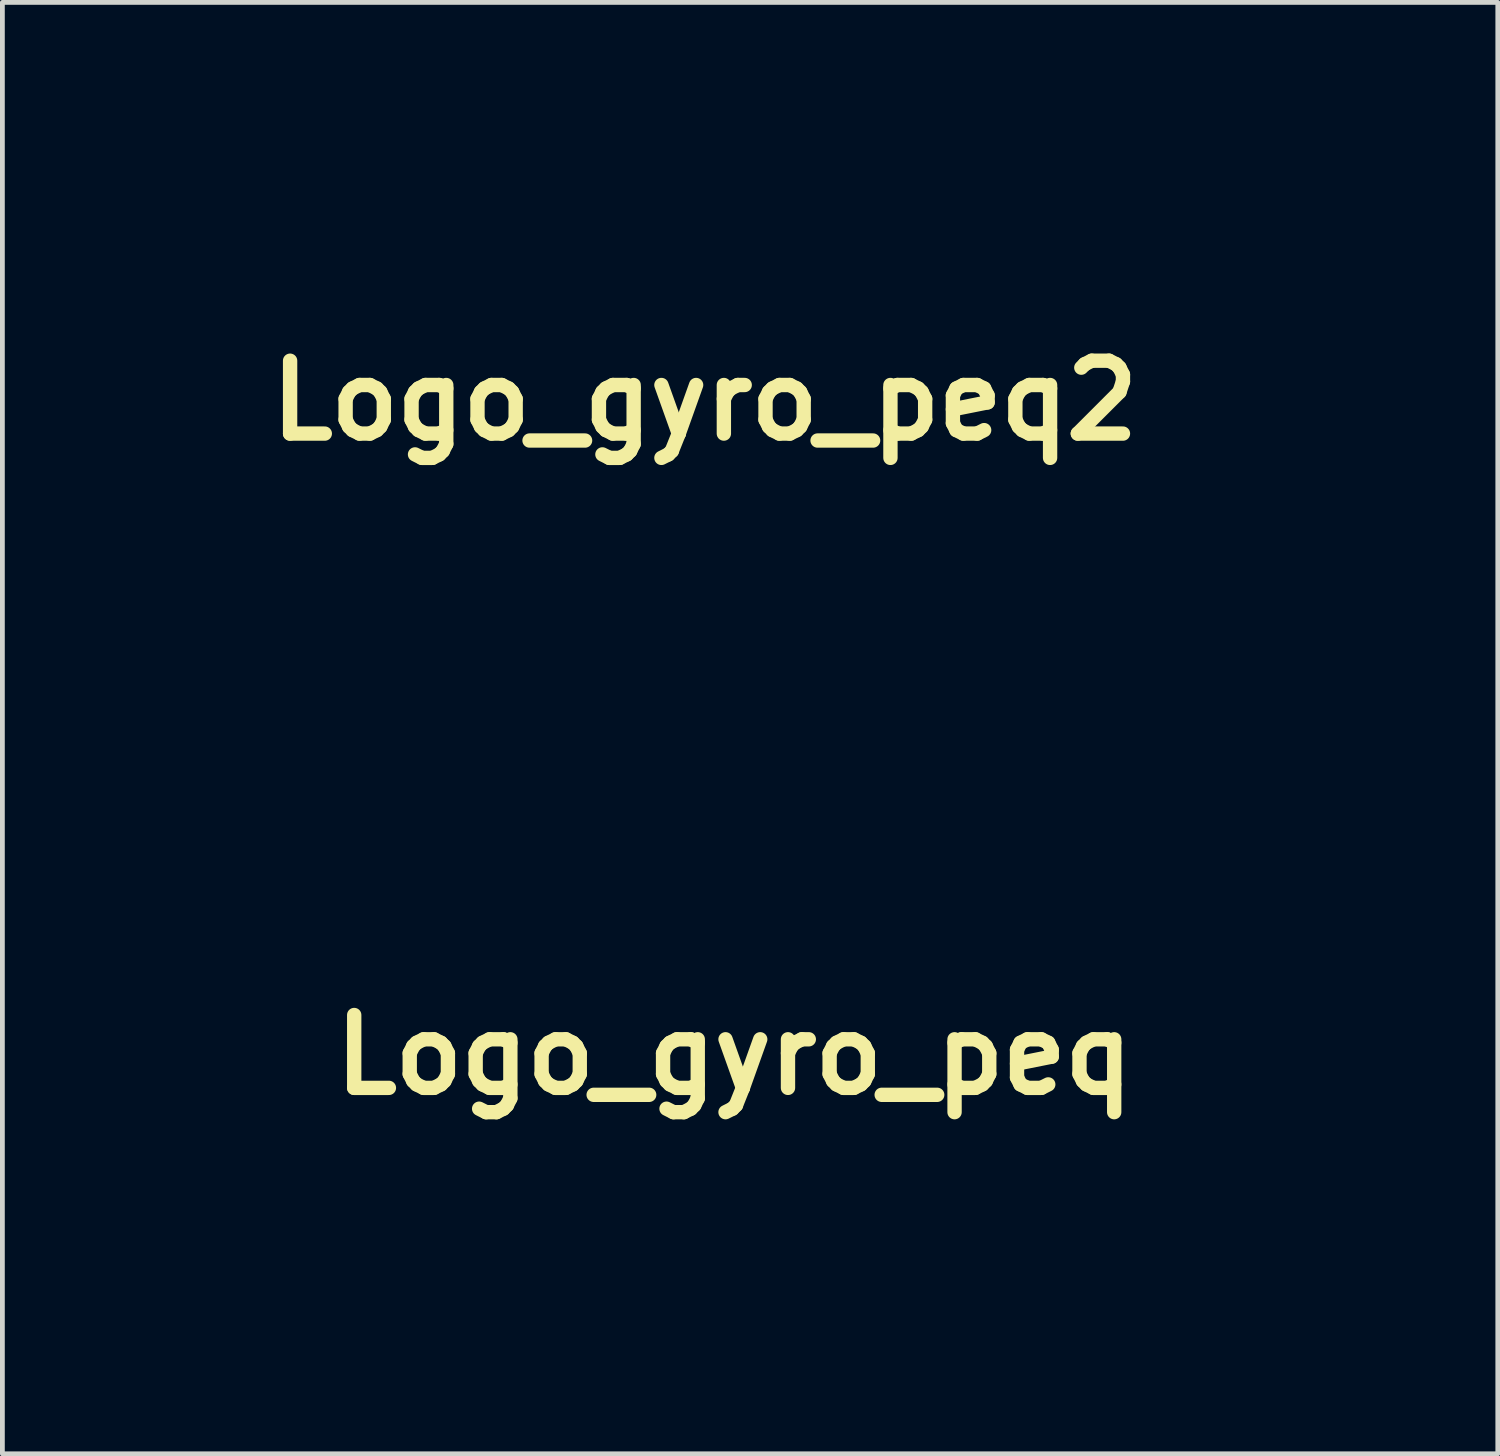
<source format=kicad_pcb>
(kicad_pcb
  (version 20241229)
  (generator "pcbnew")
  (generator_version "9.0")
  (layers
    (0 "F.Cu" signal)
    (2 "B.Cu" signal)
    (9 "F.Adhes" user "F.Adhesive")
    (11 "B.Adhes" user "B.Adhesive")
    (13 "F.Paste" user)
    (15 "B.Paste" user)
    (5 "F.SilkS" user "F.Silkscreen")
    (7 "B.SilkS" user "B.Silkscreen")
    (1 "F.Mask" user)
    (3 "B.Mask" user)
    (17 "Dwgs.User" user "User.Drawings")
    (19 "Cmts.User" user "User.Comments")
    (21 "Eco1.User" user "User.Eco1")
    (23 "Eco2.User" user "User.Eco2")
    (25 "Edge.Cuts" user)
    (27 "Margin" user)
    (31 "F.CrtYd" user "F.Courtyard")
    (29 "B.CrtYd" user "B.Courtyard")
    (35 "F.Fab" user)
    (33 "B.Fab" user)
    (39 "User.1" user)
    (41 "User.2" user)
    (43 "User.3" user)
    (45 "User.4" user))
  (footprint "Logo_gyro_peq"
    (layer "F.Cu")
    (at 12.304 19.011)
    (property "Reference" "Logo_gyro_peq" (at 0 0 0) (layer "F.SilkS") (effects (font (size 1.524 1.524) (thickness 0.3))))
    (attr through_hole)
    (fp_poly (pts (xy -5.225 0.627) (xy -4.879 0.999) (xy -4.853 1.574) (xy -5.133 2.085) (xy -5.583 2.358) (xy -5.993 2.372) (xy -6.149 2.152) (xy -5.946 1.823) (xy -5.682 1.622) (xy -5.371 1.369) (xy -5.53 1.142) (xy -5.607 1.089) (xy -5.85 0.777) (xy -5.677 0.577) (xy -5.225 0.627)) (stroke (width 0.01) (type solid)) (fill no) (layer "Eco2.User"))
    (fp_poly (pts (xy 1.719 -5.356) (xy 1.645 -4.948) (xy 1.502 -4.689) (xy 1.152 -4.027) (xy 0.997 -3.598) (xy 0.89 -3.229) (xy 0.847 -3.376) (xy 0.833 -3.588) (xy 0.634 -4.189) (xy 0.358 -4.593) (xy 0.089 -5.03) (xy 0.105 -5.274) (xy 0.384 -5.254) (xy 0.554 -5.072) (xy 0.801 -4.83) (xy 1.074 -5.025) (xy 1.168 -5.143) (xy 1.534 -5.458) (xy 1.719 -5.356)) (stroke (width 0.01) (type solid)) (fill no) (layer "Eco2.User"))
    (fp_poly (pts (xy 0.505 4.227) (xy 0.535 4.412) (xy 0.684 4.767) (xy 0.81 4.813) (xy 1.136 4.599) (xy 1.24 4.412) (xy 1.517 4.053) (xy 1.788 4.098) (xy 1.872 4.402) (xy 1.673 4.775) (xy 1.239 5.152) (xy 0.815 5.332) (xy 0.753 5.326) (xy 0.464 5.222) (xy 0.334 5.17) (xy 0.08 4.871) (xy 0.007 4.418) (xy 0.128 4.067) (xy 0.267 4.011) (xy 0.505 4.227)) (stroke (width 0.01) (type solid)) (fill no) (layer "Eco2.User"))
    (fp_poly (pts (xy 10.168 -5.474) (xy 10.28 -5.37) (xy 10.22 -5.03) (xy 9.886 -4.486) (xy 9.753 -4.319) (xy 9.074 -3.513) (xy 9.818 -3.401) (xy 10.206 -3.327) (xy 10.113 -3.281) (xy 9.558 -3.248) (xy 8.852 -3.297) (xy 8.559 -3.497) (xy 8.556 -3.525) (xy 8.725 -3.929) (xy 9.133 -4.457) (xy 9.137 -4.461) (xy 9.718 -5.08) (xy 9.121 -5.08) (xy 8.722 -5.176) (xy 8.689 -5.347) (xy 9.074 -5.559) (xy 9.665 -5.603) (xy 10.168 -5.474)) (stroke (width 0.01) (type solid)) (fill no) (layer "Eco2.User"))
    (fp_poly (pts (xy 9.839 0.261) (xy 10.014 0.368) (xy 10.514 0.953) (xy 10.653 1.679) (xy 10.415 2.287) (xy 9.84 2.618) (xy 9.122 2.622) (xy 8.609 2.353) (xy 8.309 1.722) (xy 8.345 1.471) (xy 8.865 1.471) (xy 9.046 1.91) (xy 9.466 2.099) (xy 9.555 2.089) (xy 10.001 1.78) (xy 10.11 1.533) (xy 9.988 1.083) (xy 9.575 0.854) (xy 9.106 0.957) (xy 9.037 1.016) (xy 8.865 1.471) (xy 8.345 1.471) (xy 8.412 1.001) (xy 8.878 0.42) (xy 9.392 0.155) (xy 9.839 0.261)) (stroke (width 0.01) (type solid)) (fill no) (layer "Eco2.User"))
    (fp_poly (pts (xy -7.911 -1.727) (xy -7.367 -0.958) (xy -7.231 -0.694) (xy -6.779 0.618) (xy -6.768 1.893) (xy -7.06 2.992) (xy -7.251 3.775) (xy -7.166 4.224) (xy -7.161 4.229) (xy -7.225 4.462) (xy -7.763 4.758) (xy -8.166 4.909) (xy -9.423 5.337) (xy -9.257 4.507) (xy -9.137 3.79) (xy -9.091 3.28) (xy -8.911 3.006) (xy -8.705 3.032) (xy -8.354 2.931) (xy -8.039 2.323) (xy -8.012 2.244) (xy -7.84 1.043) (xy -8.16 -0.129) (xy -8.606 -0.873) (xy -8.948 -1.521) (xy -8.901 -1.901) (xy -8.441 -2.054) (xy -7.911 -1.727)) (stroke (width 0.01) (type solid)) (fill no) (layer "Eco2.User"))
    (fp_poly (pts (xy -7.77 -5.477) (xy -7.762 -5.296) (xy -7.895 -4.813) (xy -8.022 -4.678) (xy -8.144 -4.323) (xy -8.022 -4.012) (xy -7.778 -3.449) (xy -7.858 -3.295) (xy -8.198 -3.51) (xy -8.573 -3.731) (xy -8.755 -3.544) (xy -8.755 -3.543) (xy -8.997 -3.255) (xy -9.276 -3.242) (xy -9.358 -3.422) (xy -9.191 -3.782) (xy -9.066 -3.928) (xy -8.916 -4.338) (xy -9.087 -4.807) (xy -9.291 -5.337) (xy -9.211 -5.525) (xy -8.894 -5.296) (xy -8.826 -5.217) (xy -8.523 -4.954) (xy -8.248 -5.126) (xy -8.128 -5.278) (xy -7.855 -5.594) (xy -7.77 -5.477)) (stroke (width 0.01) (type solid)) (fill no) (layer "Eco2.User"))
    (fp_poly (pts (xy -9.467 0.57) (xy -8.804 0.665) (xy -8.556 0.802) (xy -8.556 0.802) (xy -8.799 0.945) (xy -9.436 1.041) (xy -10.16 1.069) (xy -11.014 1.11) (xy -11.594 1.216) (xy -11.764 1.337) (xy -11.521 1.479) (xy -10.884 1.576) (xy -10.16 1.604) (xy -9.229 1.635) (xy -8.728 1.744) (xy -8.559 1.957) (xy -8.556 2.005) (xy -8.678 2.24) (xy -9.114 2.358) (xy -9.966 2.387) (xy -10.093 2.385) (xy -10.992 2.351) (xy -11.693 2.286) (xy -11.965 2.229) (xy -12.205 1.892) (xy -12.299 1.315) (xy -12.299 0.535) (xy -10.427 0.535) (xy -9.467 0.57)) (stroke (width 0.01) (type solid)) (fill no) (layer "Eco2.User"))
    (fp_poly (pts (xy 1.241 -2.26) (xy 1.306 -2.22) (xy 1.523 -1.862) (xy 1.697 -1.184) (xy 1.815 -0.344) (xy 1.864 0.5) (xy 1.83 1.191) (xy 1.7 1.573) (xy 1.629 1.604) (xy 1.478 1.361) (xy 1.351 0.727) (xy 1.283 -0.046) (xy 1.181 -1.053) (xy 1.004 -1.664) (xy 0.869 -1.806) (xy 0.678 -1.709) (xy 0.571 -1.218) (xy 0.535 -0.268) (xy 0.535 -0.156) (xy 0.497 0.761) (xy 0.398 1.39) (xy 0.267 1.604) (xy 0.13 1.357) (xy 0.036 0.693) (xy 0.000001 -0.268) (xy 0 -0.276) (xy 0.068 -1.481) (xy 0.285 -2.195) (xy 0.67 -2.445) (xy 1.241 -2.26)) (stroke (width 0.01) (type solid)) (fill no) (layer "Eco2.User"))
    (fp_poly (pts (xy 4.327 1.353) (xy 4.758 1.395) (xy 4.813 1.42) (xy 4.707 1.688) (xy 4.439 2.272) (xy 4.272 2.623) (xy 3.841 3.432) (xy 3.576 3.733) (xy 3.477 3.527) (xy 3.476 3.48) (xy 3.227 3.351) (xy 2.533 3.333) (xy 1.88 3.383) (xy 0.661 3.423) (xy -0.461 3.306) (xy -1.401 3.062) (xy -2.072 2.725) (xy -2.39 2.327) (xy -2.269 1.899) (xy -2.222 1.847) (xy -1.78 1.765) (xy -0.998 1.996) (xy -0.992 1.999) (xy 0.023 2.306) (xy 0.993 2.403) (xy 1.793 2.3) (xy 2.297 2.008) (xy 2.406 1.709) (xy 2.602 1.456) (xy 3.232 1.346) (xy 3.609 1.337) (xy 4.327 1.353)) (stroke (width 0.01) (type solid)) (fill no) (layer "Eco2.User"))
    (fp_poly (pts (xy 10.263 -2.104) (xy 10.427 -2.064) (xy 11.591 -1.587) (xy 12.373 -0.83) (xy 12.816 0.27) (xy 12.964 1.738) (xy 12.92 2.747) (xy 12.693 3.46) (xy 12.184 4.034) (xy 11.297 4.631) (xy 11.118 4.736) (xy 10.198 5.021) (xy 9.073 5.026) (xy 7.985 4.763) (xy 7.566 4.556) (xy 6.59 3.665) (xy 6.027 2.443) (xy 5.921 1.542) (xy 6.971 1.542) (xy 7.175 2.436) (xy 7.674 3.203) (xy 8.393 3.758) (xy 9.262 4.018) (xy 10.207 3.898) (xy 10.962 3.476) (xy 11.348 3.122) (xy 11.404 2.95) (xy 11.383 2.947) (xy 11.372 2.779) (xy 11.67 2.374) (xy 11.734 2.304) (xy 12.111 1.842) (xy 12.183 1.437) (xy 11.985 0.836) (xy 11.943 0.735) (xy 11.286 -0.291) (xy 10.406 -0.904) (xy 9.41 -1.08) (xy 8.403 -0.792) (xy 7.733 -0.288) (xy 7.132 0.606) (xy 6.971 1.542) (xy 5.921 1.542) (xy 5.882 1.213) (xy 6.123 -0.025) (xy 6.78 -1.047) (xy 7.755 -1.781) (xy 8.949 -2.157) (xy 10.263 -2.104)) (stroke (width 0.01) (type solid)) (fill no) (layer "Eco2.User")))
  (footprint "Logo_gyro_peq2"
    (layer "F.Cu")
    (at 11.689 5.328)
    (property "Reference" "Logo_gyro_peq2" (at 0 0 0) (layer "F.SilkS") (effects (font (size 1.524 1.524) (thickness 0.3))))
    (attr through_hole)
    (fp_poly (pts (xy -4.964 0.596) (xy -4.635 0.949) (xy -4.611 1.495) (xy -4.877 1.981) (xy -5.304 2.24) (xy -5.694 2.253) (xy -5.842 2.045) (xy -5.649 1.732) (xy -5.397 1.541) (xy -5.103 1.3) (xy -5.253 1.084) (xy -5.327 1.034) (xy -5.557 0.738) (xy -5.393 0.549) (xy -4.964 0.596)) (stroke (width 0.01) (type solid)) (fill no) (layer "Eco2.User"))
    (fp_poly (pts (xy 1.633 -5.088) (xy 1.562 -4.701) (xy 1.427 -4.455) (xy 1.094 -3.825) (xy 0.947 -3.418) (xy 0.846 -3.068) (xy 0.805 -3.207) (xy 0.791 -3.409) (xy 0.602 -3.979) (xy 0.34 -4.363) (xy 0.084 -4.778) (xy 0.1 -5.011) (xy 0.365 -4.992) (xy 0.527 -4.819) (xy 0.761 -4.589) (xy 1.02 -4.773) (xy 1.109 -4.886) (xy 1.457 -5.185) (xy 1.633 -5.088)) (stroke (width 0.01) (type solid)) (fill no) (layer "Eco2.User"))
    (fp_poly (pts (xy 0.479 4.016) (xy 0.508 4.191) (xy 0.649 4.529) (xy 0.77 4.572) (xy 1.079 4.369) (xy 1.178 4.191) (xy 1.441 3.85) (xy 1.698 3.893) (xy 1.778 4.182) (xy 1.589 4.536) (xy 1.177 4.895) (xy 0.774 5.065) (xy 0.715 5.06) (xy 0.441 4.961) (xy 0.318 4.912) (xy 0.076 4.627) (xy 0.006 4.197) (xy 0.121 3.864) (xy 0.254 3.81) (xy 0.479 4.016)) (stroke (width 0.01) (type solid)) (fill no) (layer "Eco2.User"))
    (fp_poly (pts (xy 9.659 -5.2) (xy 9.766 -5.102) (xy 9.709 -4.779) (xy 9.392 -4.262) (xy 9.265 -4.103) (xy 8.62 -3.337) (xy 9.327 -3.231) (xy 9.695 -3.16) (xy 9.607 -3.117) (xy 9.081 -3.086) (xy 8.41 -3.133) (xy 8.131 -3.322) (xy 8.128 -3.349) (xy 8.289 -3.732) (xy 8.676 -4.234) (xy 8.68 -4.238) (xy 9.233 -4.826) (xy 8.665 -4.826) (xy 8.286 -4.917) (xy 8.255 -5.08) (xy 8.62 -5.281) (xy 9.181 -5.323) (xy 9.659 -5.2)) (stroke (width 0.01) (type solid)) (fill no) (layer "Eco2.User"))
    (fp_poly (pts (xy 9.347 0.248) (xy 9.513 0.35) (xy 9.989 0.905) (xy 10.12 1.595) (xy 9.894 2.173) (xy 9.348 2.487) (xy 8.666 2.491) (xy 8.179 2.235) (xy 7.894 1.636) (xy 7.928 1.398) (xy 8.422 1.398) (xy 8.594 1.814) (xy 8.993 1.994) (xy 9.077 1.984) (xy 9.501 1.691) (xy 9.604 1.457) (xy 9.488 1.029) (xy 9.096 0.811) (xy 8.651 0.909) (xy 8.585 0.965) (xy 8.422 1.398) (xy 7.928 1.398) (xy 7.992 0.951) (xy 8.434 0.399) (xy 8.923 0.147) (xy 9.347 0.248)) (stroke (width 0.01) (type solid)) (fill no) (layer "Eco2.User"))
    (fp_poly (pts (xy -7.516 -1.641) (xy -6.998 -0.91) (xy -6.87 -0.659) (xy -6.44 0.587) (xy -6.43 1.798) (xy -6.707 2.842) (xy -6.888 3.587) (xy -6.808 4.013) (xy -6.803 4.018) (xy -6.863 4.239) (xy -7.375 4.52) (xy -7.758 4.663) (xy -8.952 5.07) (xy -8.794 4.281) (xy -8.681 3.601) (xy -8.636 3.116) (xy -8.466 2.855) (xy -8.27 2.88) (xy -7.936 2.785) (xy -7.637 2.207) (xy -7.611 2.132) (xy -7.448 0.991) (xy -7.752 -0.122) (xy -8.176 -0.83) (xy -8.501 -1.445) (xy -8.456 -1.806) (xy -8.019 -1.952) (xy -7.516 -1.641)) (stroke (width 0.01) (type solid)) (fill no) (layer "Eco2.User"))
    (fp_poly (pts (xy -7.381 -5.203) (xy -7.374 -5.031) (xy -7.5 -4.572) (xy -7.621 -4.445) (xy -7.737 -4.107) (xy -7.621 -3.811) (xy -7.389 -3.277) (xy -7.465 -3.13) (xy -7.788 -3.334) (xy -8.145 -3.545) (xy -8.317 -3.367) (xy -8.317 -3.365) (xy -8.547 -3.092) (xy -8.812 -3.08) (xy -8.89 -3.251) (xy -8.732 -3.593) (xy -8.612 -3.732) (xy -8.47 -4.121) (xy -8.633 -4.566) (xy -8.827 -5.07) (xy -8.75 -5.248) (xy -8.45 -5.031) (xy -8.385 -4.956) (xy -8.097 -4.707) (xy -7.836 -4.87) (xy -7.722 -5.014) (xy -7.462 -5.314) (xy -7.381 -5.203)) (stroke (width 0.01) (type solid)) (fill no) (layer "Eco2.User"))
    (fp_poly (pts (xy -8.994 0.542) (xy -8.364 0.632) (xy -8.128 0.762) (xy -8.128 0.762) (xy -8.359 0.897) (xy -8.964 0.989) (xy -9.652 1.016) (xy -10.464 1.055) (xy -11.014 1.155) (xy -11.176 1.27) (xy -10.945 1.405) (xy -10.34 1.497) (xy -9.652 1.524) (xy -8.767 1.553) (xy -8.292 1.657) (xy -8.131 1.859) (xy -8.128 1.905) (xy -8.244 2.128) (xy -8.658 2.241) (xy -9.467 2.267) (xy -9.588 2.266) (xy -10.443 2.234) (xy -11.109 2.172) (xy -11.367 2.118) (xy -11.595 1.798) (xy -11.684 1.249) (xy -11.684 0.508) (xy -9.906 0.508) (xy -8.994 0.542)) (stroke (width 0.01) (type solid)) (fill no) (layer "Eco2.User"))
    (fp_poly (pts (xy 1.179 -2.147) (xy 1.241 -2.109) (xy 1.447 -1.769) (xy 1.612 -1.125) (xy 1.725 -0.327) (xy 1.771 0.475) (xy 1.739 1.132) (xy 1.615 1.494) (xy 1.548 1.524) (xy 1.404 1.293) (xy 1.284 0.691) (xy 1.219 -0.043) (xy 1.122 -1) (xy 0.954 -1.581) (xy 0.826 -1.716) (xy 0.644 -1.624) (xy 0.543 -1.157) (xy 0.508 -0.254) (xy 0.508 -0.148) (xy 0.473 0.723) (xy 0.378 1.32) (xy 0.254 1.524) (xy 0.124 1.289) (xy 0.034 0.659) (xy 0.000001 -0.255) (xy 0 -0.262) (xy 0.065 -1.407) (xy 0.271 -2.085) (xy 0.637 -2.323) (xy 1.179 -2.147)) (stroke (width 0.01) (type solid)) (fill no) (layer "Eco2.User"))
    (fp_poly (pts (xy 4.111 1.286) (xy 4.52 1.326) (xy 4.572 1.349) (xy 4.472 1.604) (xy 4.217 2.159) (xy 4.058 2.492) (xy 3.649 3.26) (xy 3.397 3.547) (xy 3.303 3.351) (xy 3.302 3.306) (xy 3.066 3.183) (xy 2.407 3.166) (xy 1.786 3.214) (xy 0.628 3.252) (xy -0.438 3.14) (xy -1.331 2.909) (xy -1.969 2.589) (xy -2.271 2.211) (xy -2.156 1.804) (xy -2.111 1.755) (xy -1.691 1.677) (xy -0.948 1.897) (xy -0.942 1.899) (xy 0.022 2.191) (xy 0.944 2.283) (xy 1.703 2.185) (xy 2.182 1.908) (xy 2.286 1.624) (xy 2.472 1.384) (xy 3.071 1.278) (xy 3.429 1.27) (xy 4.111 1.286)) (stroke (width 0.01) (type solid)) (fill no) (layer "Eco2.User"))
    (fp_poly (pts (xy 9.75 -1.998) (xy 9.906 -1.961) (xy 11.011 -1.507) (xy 11.754 -0.789) (xy 12.175 0.256) (xy 12.316 1.651) (xy 12.274 2.61) (xy 12.058 3.287) (xy 11.575 3.833) (xy 10.732 4.4) (xy 10.562 4.499) (xy 9.688 4.77) (xy 8.62 4.775) (xy 7.586 4.525) (xy 7.188 4.328) (xy 6.26 3.481) (xy 5.726 2.321) (xy 5.625 1.465) (xy 6.622 1.465) (xy 6.816 2.314) (xy 7.29 3.043) (xy 7.974 3.571) (xy 8.799 3.817) (xy 9.696 3.703) (xy 10.414 3.302) (xy 10.78 2.966) (xy 10.833 2.802) (xy 10.814 2.8) (xy 10.804 2.64) (xy 11.087 2.256) (xy 11.148 2.189) (xy 11.506 1.75) (xy 11.574 1.365) (xy 11.385 0.794) (xy 11.346 0.698) (xy 10.721 -0.276) (xy 9.886 -0.859) (xy 8.94 -1.026) (xy 7.982 -0.753) (xy 7.346 -0.274) (xy 6.776 0.575) (xy 6.622 1.465) (xy 5.625 1.465) (xy 5.588 1.152) (xy 5.817 -0.024) (xy 6.441 -0.994) (xy 7.367 -1.692) (xy 8.501 -2.049) (xy 9.75 -1.998)) (stroke (width 0.01) (type solid)) (fill no) (layer "Eco2.User")))
  (gr_rect
    (start -3 -3)
    (end 28.273 27.353)
    (stroke (width 0.1) (type default))
    (fill no)
    (layer "Edge.Cuts")))
</source>
